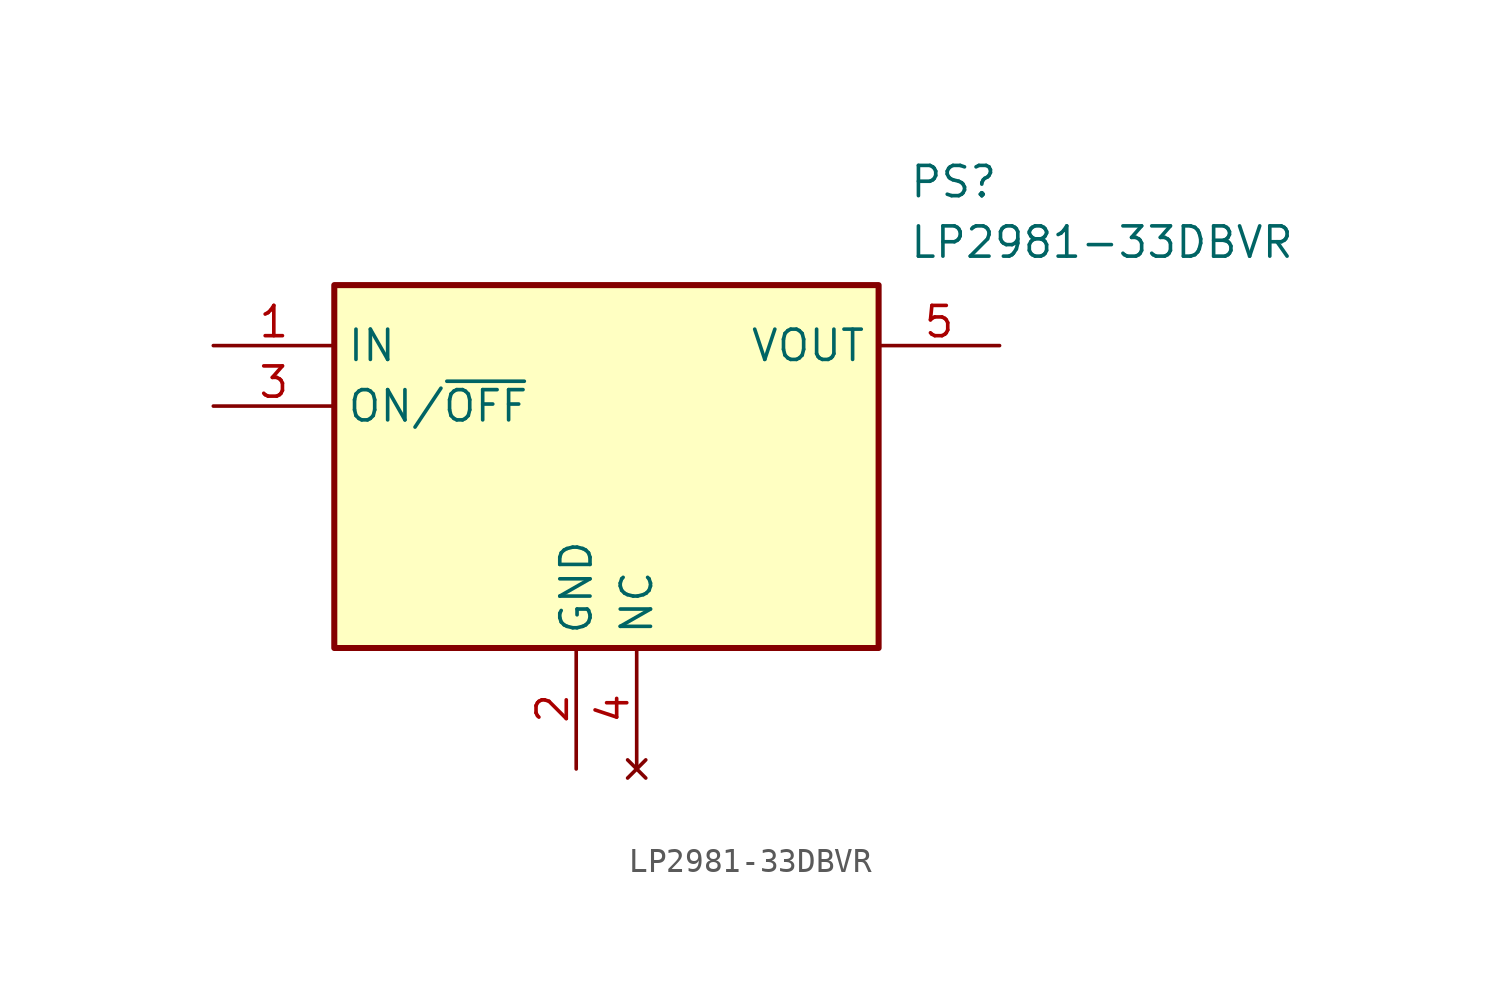
<source format=kicad_sym>
(kicad_symbol_lib
  (version 20211014)
  (generator SamacSys_ECAD_Model)
  (symbol "LP2981-33DBVR"
    (property "Reference" "PS"
      (at 29.21 7.62 0)
      (effects (font (size 1.27 1.27)) (justify left top)))
    (property "Value" "LP2981-33DBVR"
      (at 29.21 5.08 0)
      (effects (font (size 1.27 1.27)) (justify left top)))
    (rectangle
      (start 5.08 2.54)
      (end 27.94 -12.7)
      (stroke (width 0.254) (type default))
      (fill (type background)))
    (pin power_in line
      (at 0 0 0)
      (length 5.08)
      (name "IN" (effects (font (size 1.27 1.27))))
      (number "1" (effects (font (size 1.27 1.27)))))
    (pin power_in line
      (at 15.24 -17.78 90)
      (length 5.08)
      (name "GND" (effects (font (size 1.27 1.27))))
      (number "2" (effects (font (size 1.27 1.27)))))
    (pin input line
      (at 0 -2.54 0)
      (length 5.08)
      (name "ON/~{OFF}" (effects (font (size 1.27 1.27))))
      (number "3" (effects (font (size 1.27 1.27)))))
    (pin no_connect line
      (at 17.78 -17.78 90)
      (length 5.08)
      (name "NC" (effects (font (size 1.27 1.27))))
      (number "4" (effects (font (size 1.27 1.27)))))
    (pin output line
      (at 33.02 0 180)
      (length 5.08)
      (name "VOUT" (effects (font (size 1.27 1.27))))
      (number "5" (effects (font (size 1.27 1.27)))))))
</source>
